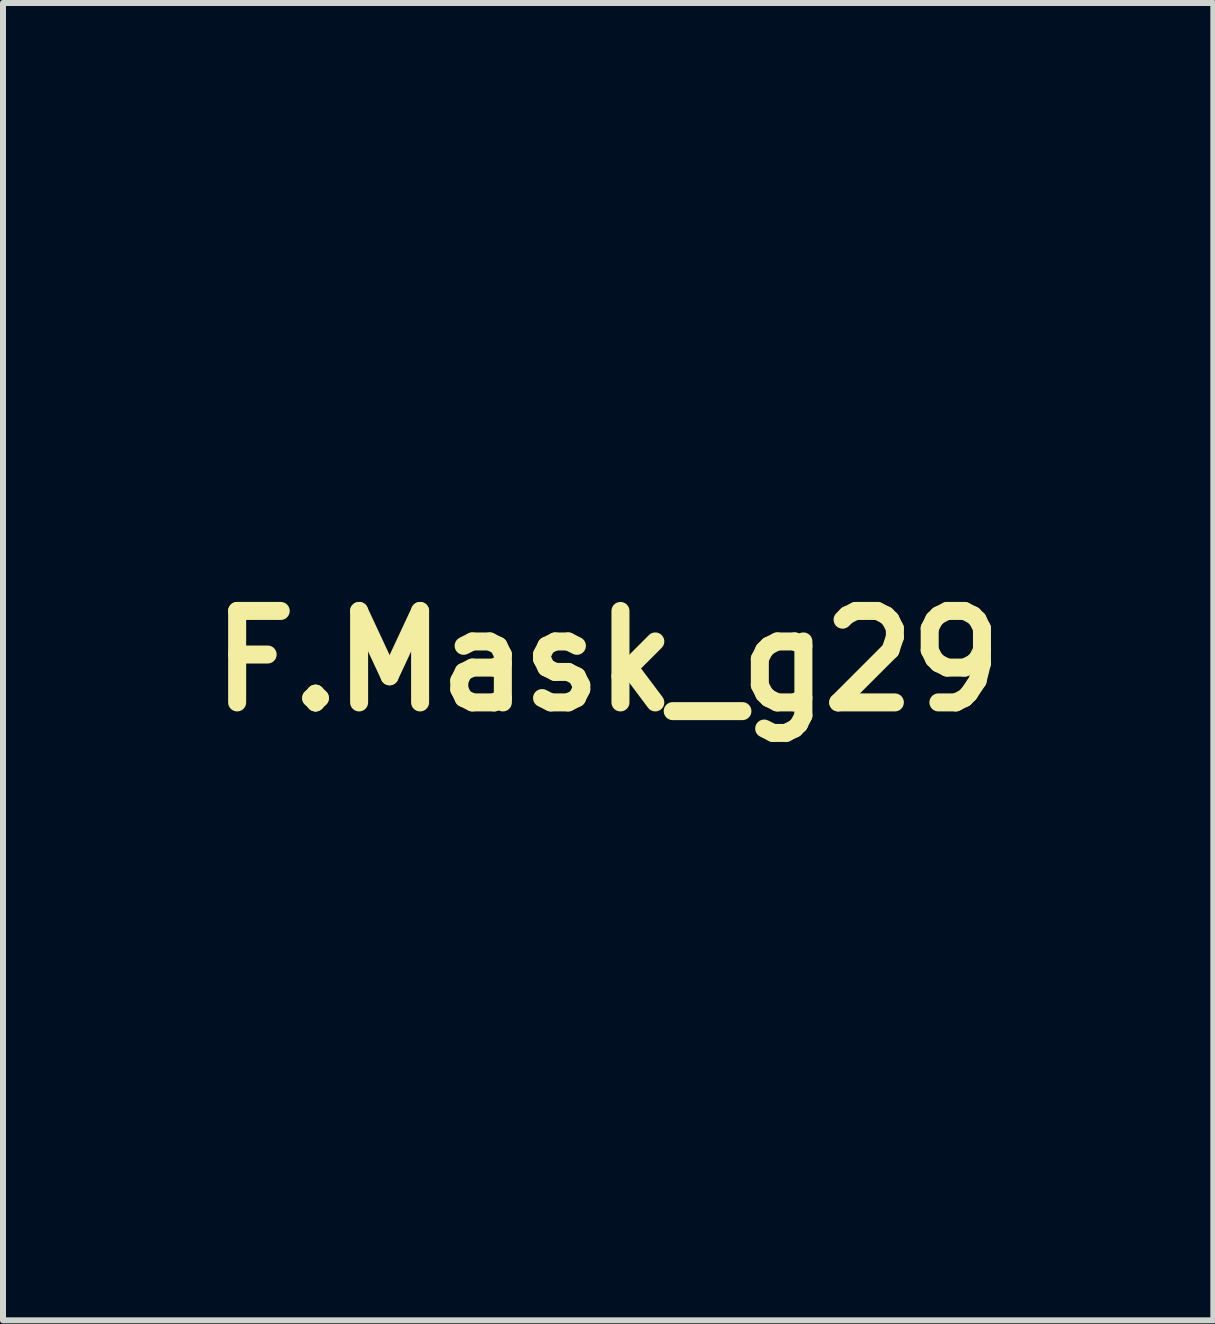
<source format=kicad_pcb>
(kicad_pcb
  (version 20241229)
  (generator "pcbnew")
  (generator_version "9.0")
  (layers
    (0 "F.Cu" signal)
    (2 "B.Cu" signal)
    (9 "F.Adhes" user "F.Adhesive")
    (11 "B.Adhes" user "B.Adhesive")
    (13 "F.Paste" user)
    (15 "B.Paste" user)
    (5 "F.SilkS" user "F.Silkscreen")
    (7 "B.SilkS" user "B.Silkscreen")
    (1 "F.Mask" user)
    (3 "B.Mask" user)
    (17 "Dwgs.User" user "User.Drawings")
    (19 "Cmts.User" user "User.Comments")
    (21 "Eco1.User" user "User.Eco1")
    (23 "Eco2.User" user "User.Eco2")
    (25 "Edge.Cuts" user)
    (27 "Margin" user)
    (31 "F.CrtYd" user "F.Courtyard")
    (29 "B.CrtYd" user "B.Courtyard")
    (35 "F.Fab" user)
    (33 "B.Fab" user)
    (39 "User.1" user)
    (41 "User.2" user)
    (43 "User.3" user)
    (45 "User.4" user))
  (footprint "F.Mask_g29"
    (layer "F.Cu")
    (at 7.07 7.964)
    (property "Reference" "F.Mask_g29" (at 0 0 0) (layer "F.SilkS") (effects (font (size 1.524 1.524) (thickness 0.3))))
    (attr through_hole)
    (fp_poly (pts (xy 1.224 -2.056) (xy 1.277 -2.01) (xy 1.306 -1.947) (xy 1.305 -1.878) (xy 1.281 -1.83) (xy 1.27 -1.807) (xy 1.262 -1.769) (xy 1.256 -1.71) (xy 1.252 -1.625) (xy 1.25 -1.509) (xy 1.25 -1.355) (xy 1.25 -1.354) (xy 1.249 -0.919) (xy 1.361 -0.809) (xy 1.431 -0.746) (xy 1.489 -0.708) (xy 1.52 -0.699) (xy 1.576 -0.68) (xy 1.629 -0.635) (xy 1.665 -0.577) (xy 1.672 -0.54) (xy 1.653 -0.477) (xy 1.606 -0.422) (xy 1.544 -0.387) (xy 1.508 -0.381) (xy 1.447 -0.395) (xy 1.401 -0.424) (xy 1.367 -0.472) (xy 1.355 -0.518) (xy 1.348 -0.539) (xy 1.441 -0.539) (xy 1.46 -0.505) (xy 1.503 -0.487) (xy 1.514 -0.487) (xy 1.554 -0.494) (xy 1.564 -0.521) (xy 1.563 -0.534) (xy 1.54 -0.575) (xy 1.499 -0.591) (xy 1.458 -0.577) (xy 1.455 -0.575) (xy 1.441 -0.539) (xy 1.348 -0.539) (xy 1.342 -0.557) (xy 1.302 -0.609) (xy 1.231 -0.68) (xy 1.206 -0.701) (xy 1.058 -0.834) (xy 1.058 -1.314) (xy 1.058 -1.473) (xy 1.057 -1.595) (xy 1.054 -1.684) (xy 1.049 -1.747) (xy 1.043 -1.787) (xy 1.034 -1.811) (xy 1.027 -1.82) (xy 1.004 -1.859) (xy 0.998 -1.894) (xy 1.094 -1.894) (xy 1.128 -1.866) (xy 1.156 -1.863) (xy 1.195 -1.872) (xy 1.206 -1.908) (xy 1.206 -1.916) (xy 1.198 -1.956) (xy 1.163 -1.968) (xy 1.155 -1.968) (xy 1.113 -1.959) (xy 1.095 -1.942) (xy 1.094 -1.894) (xy 0.998 -1.894) (xy 0.995 -1.915) (xy 0.995 -1.917) (xy 1.014 -1.986) (xy 1.063 -2.041) (xy 1.129 -2.072) (xy 1.154 -2.074) (xy 1.224 -2.056)) (stroke (width 0.01) (type solid)) (fill yes) (layer "F.Mask"))
    (fp_poly (pts (xy 0.802 -2.053) (xy 0.852 -2.011) (xy 0.882 -1.954) (xy 0.886 -1.89) (xy 0.858 -1.83) (xy 0.847 -1.808) (xy 0.839 -1.771) (xy 0.834 -1.715) (xy 0.83 -1.632) (xy 0.828 -1.519) (xy 0.828 -1.37) (xy 0.828 -1.344) (xy 0.83 -0.9) (xy 1.155 -0.587) (xy 1.28 -0.47) (xy 1.378 -0.382) (xy 1.451 -0.321) (xy 1.501 -0.286) (xy 1.531 -0.275) (xy 1.587 -0.257) (xy 1.638 -0.211) (xy 1.668 -0.152) (xy 1.672 -0.124) (xy 1.654 -0.06) (xy 1.606 -0.011) (xy 1.542 0.018) (xy 1.472 0.023) (xy 1.409 -0.000198) (xy 1.39 -0.018) (xy 1.362 -0.066) (xy 1.355 -0.1) (xy 1.339 -0.131) (xy 1.444 -0.131) (xy 1.456 -0.101) (xy 1.46 -0.095) (xy 1.502 -0.069) (xy 1.54 -0.079) (xy 1.562 -0.121) (xy 1.563 -0.122) (xy 1.554 -0.166) (xy 1.521 -0.186) (xy 1.479 -0.174) (xy 1.466 -0.163) (xy 1.444 -0.131) (xy 1.339 -0.131) (xy 1.339 -0.132) (xy 1.291 -0.191) (xy 1.212 -0.276) (xy 1.103 -0.387) (xy 0.995 -0.493) (xy 0.635 -0.842) (xy 0.635 -1.318) (xy 0.635 -1.476) (xy 0.633 -1.597) (xy 0.63 -1.686) (xy 0.626 -1.748) (xy 0.619 -1.788) (xy 0.611 -1.812) (xy 0.603 -1.82) (xy 0.577 -1.866) (xy 0.574 -1.921) (xy 0.665 -1.921) (xy 0.669 -1.897) (xy 0.697 -1.869) (xy 0.736 -1.869) (xy 0.769 -1.893) (xy 0.779 -1.918) (xy 0.769 -1.96) (xy 0.735 -1.981) (xy 0.694 -1.971) (xy 0.683 -1.962) (xy 0.665 -1.921) (xy 0.574 -1.921) (xy 0.573 -1.93) (xy 0.589 -1.994) (xy 0.614 -2.032) (xy 0.675 -2.07) (xy 0.741 -2.075) (xy 0.802 -2.053)) (stroke (width 0.01) (type solid)) (fill yes) (layer "F.Mask"))
    (fp_poly (pts (xy -5.008 -7.948) (xy -4.944 -7.909) (xy -4.941 -7.907) (xy -4.899 -7.849) (xy -4.894 -7.792) (xy -4.914 -7.74) (xy -4.933 -7.703) (xy -4.952 -7.683) (xy -4.984 -7.668) (xy -5.028 -7.653) (xy -5.072 -7.628) (xy -5.14 -7.576) (xy -5.233 -7.496) (xy -5.353 -7.387) (xy -5.495 -7.251) (xy -5.884 -6.876) (xy -5.885 0.392) (xy -6.318 0.804) (xy -6.466 0.947) (xy -6.584 1.064) (xy -6.671 1.155) (xy -6.726 1.219) (xy -6.75 1.256) (xy -6.751 1.261) (xy -6.771 1.316) (xy -6.819 1.364) (xy -6.882 1.393) (xy -6.914 1.397) (xy -6.985 1.378) (xy -7.024 1.348) (xy -7.063 1.281) (xy -7.063 1.265) (xy -6.96 1.265) (xy -6.94 1.3) (xy -6.906 1.308) (xy -6.875 1.283) (xy -6.869 1.249) (xy -6.882 1.207) (xy -6.911 1.188) (xy -6.942 1.196) (xy -6.956 1.216) (xy -6.96 1.265) (xy -7.063 1.265) (xy -7.065 1.211) (xy -7.033 1.148) (xy -6.97 1.101) (xy -6.926 1.086) (xy -6.889 1.068) (xy -6.834 1.029) (xy -6.757 0.965) (xy -6.657 0.876) (xy -6.53 0.758) (xy -6.466 0.698) (xy -6.077 0.328) (xy -6.075 -3.313) (xy -6.073 -6.953) (xy -5.645 -7.361) (xy -5.513 -7.488) (xy -5.408 -7.59) (xy -5.33 -7.67) (xy -5.274 -7.731) (xy -5.238 -7.776) (xy -5.222 -7.803) (xy -5.118 -7.803) (xy -5.106 -7.766) (xy -5.067 -7.75) (xy -5.054 -7.751) (xy -5.011 -7.775) (xy -5 -7.803) (xy -5.009 -7.845) (xy -5.043 -7.865) (xy -5.085 -7.855) (xy -5.097 -7.845) (xy -5.118 -7.803) (xy -5.222 -7.803) (xy -5.219 -7.808) (xy -5.214 -7.826) (xy -5.193 -7.891) (xy -5.143 -7.936) (xy -5.078 -7.955) (xy -5.008 -7.948)) (stroke (width 0.01) (type solid)) (fill yes) (layer "F.Mask"))
    (fp_poly (pts (xy -4.119 -7.94) (xy -4.066 -7.89) (xy -4.043 -7.815) (xy -4.043 -7.803) (xy -4.06 -7.729) (xy -4.112 -7.676) (xy -4.18 -7.65) (xy -4.22 -7.628) (xy -4.288 -7.575) (xy -4.384 -7.492) (xy -4.507 -7.379) (xy -4.641 -7.252) (xy -5.038 -6.869) (xy -5.038 0.397) (xy -5.46 0.803) (xy -5.6 0.939) (xy -5.71 1.049) (xy -5.793 1.135) (xy -5.85 1.2) (xy -5.884 1.246) (xy -5.895 1.271) (xy -5.929 1.34) (xy -5.986 1.383) (xy -6.057 1.396) (xy -6.129 1.376) (xy -6.171 1.345) (xy -6.207 1.298) (xy -6.223 1.255) (xy -6.223 1.253) (xy -6.221 1.247) (xy -6.115 1.247) (xy -6.104 1.284) (xy -6.093 1.294) (xy -6.054 1.31) (xy -6.024 1.295) (xy -6.012 1.281) (xy -5.994 1.237) (xy -6.01 1.201) (xy -6.052 1.188) (xy -6.059 1.189) (xy -6.098 1.21) (xy -6.115 1.247) (xy -6.221 1.247) (xy -6.205 1.194) (xy -6.158 1.137) (xy -6.096 1.097) (xy -6.07 1.089) (xy -6.037 1.074) (xy -5.986 1.039) (xy -5.916 0.981) (xy -5.824 0.899) (xy -5.708 0.79) (xy -5.605 0.692) (xy -5.207 0.31) (xy -5.207 -6.958) (xy -4.784 -7.365) (xy -4.644 -7.5) (xy -4.535 -7.609) (xy -4.454 -7.694) (xy -4.399 -7.757) (xy -4.368 -7.799) (xy -4.363 -7.812) (xy -4.255 -7.812) (xy -4.24 -7.764) (xy -4.206 -7.747) (xy -4.163 -7.764) (xy -4.148 -7.78) (xy -4.132 -7.812) (xy -4.151 -7.843) (xy -4.152 -7.844) (xy -4.193 -7.864) (xy -4.233 -7.854) (xy -4.254 -7.82) (xy -4.255 -7.812) (xy -4.363 -7.812) (xy -4.36 -7.819) (xy -4.341 -7.877) (xy -4.293 -7.926) (xy -4.228 -7.955) (xy -4.195 -7.959) (xy -4.119 -7.94)) (stroke (width 0.01) (type solid)) (fill yes) (layer "F.Mask"))
    (fp_poly (pts (xy -1.447 -0.96) (xy -1.386 -0.929) (xy -1.344 -0.879) (xy -1.333 -0.836) (xy -1.324 -0.81) (xy -1.295 -0.769) (xy -1.243 -0.71) (xy -1.166 -0.631) (xy -1.062 -0.528) (xy -0.974 -0.443) (xy -0.614 -0.099) (xy -0.614 0.385) (xy -0.613 0.523) (xy -0.611 0.645) (xy -0.608 0.746) (xy -0.603 0.821) (xy -0.598 0.862) (xy -0.595 0.868) (xy -0.575 0.885) (xy -0.552 0.927) (xy -0.551 0.929) (xy -0.537 0.983) (xy -0.549 1.033) (xy -0.558 1.054) (xy -0.611 1.117) (xy -0.678 1.144) (xy -0.751 1.134) (xy -0.818 1.089) (xy -0.855 1.041) (xy -0.863 0.993) (xy -0.862 0.986) (xy -0.76 0.986) (xy -0.743 1.019) (xy -0.704 1.034) (xy -0.693 1.033) (xy -0.653 1.012) (xy -0.646 0.985) (xy -0.662 0.948) (xy -0.7 0.933) (xy -0.741 0.945) (xy -0.746 0.949) (xy -0.76 0.986) (xy -0.862 0.986) (xy -0.859 0.968) (xy -0.84 0.91) (xy -0.815 0.868) (xy -0.804 0.848) (xy -0.795 0.814) (xy -0.789 0.76) (xy -0.786 0.68) (xy -0.784 0.569) (xy -0.783 0.422) (xy -0.783 0.411) (xy -0.783 -0.011) (xy -1.12 -0.333) (xy -1.248 -0.454) (xy -1.352 -0.548) (xy -1.431 -0.613) (xy -1.483 -0.649) (xy -1.502 -0.656) (xy -1.555 -0.674) (xy -1.607 -0.718) (xy -1.643 -0.774) (xy -1.651 -0.81) (xy -1.541 -0.81) (xy -1.538 -0.774) (xy -1.508 -0.762) (xy -1.495 -0.762) (xy -1.45 -0.769) (xy -1.43 -0.781) (xy -1.426 -0.816) (xy -1.431 -0.835) (xy -1.459 -0.862) (xy -1.497 -0.862) (xy -1.531 -0.837) (xy -1.541 -0.81) (xy -1.651 -0.81) (xy -1.651 -0.812) (xy -1.632 -0.881) (xy -1.581 -0.936) (xy -1.513 -0.965) (xy -1.447 -0.96)) (stroke (width 0.01) (type solid)) (fill yes) (layer "F.Mask"))
    (fp_poly (pts (xy -4.588 -7.953) (xy -4.525 -7.922) (xy -4.512 -7.91) (xy -4.473 -7.843) (xy -4.472 -7.774) (xy -4.504 -7.711) (xy -4.566 -7.664) (xy -4.609 -7.649) (xy -4.643 -7.629) (xy -4.704 -7.582) (xy -4.789 -7.509) (xy -4.894 -7.414) (xy -5.018 -7.299) (xy -5.064 -7.254) (xy -5.461 -6.874) (xy -5.461 0.393) (xy -5.895 0.812) (xy -6.028 0.942) (xy -6.14 1.054) (xy -6.227 1.145) (xy -6.289 1.214) (xy -6.323 1.258) (xy -6.329 1.272) (xy -6.347 1.33) (xy -6.393 1.372) (xy -6.456 1.393) (xy -6.525 1.39) (xy -6.586 1.361) (xy -6.6 1.348) (xy -6.639 1.281) (xy -6.64 1.249) (xy -6.538 1.249) (xy -6.526 1.286) (xy -6.516 1.294) (xy -6.477 1.311) (xy -6.448 1.295) (xy -6.437 1.283) (xy -6.422 1.241) (xy -6.438 1.204) (xy -6.477 1.189) (xy -6.485 1.19) (xy -6.523 1.211) (xy -6.538 1.249) (xy -6.64 1.249) (xy -6.641 1.212) (xy -6.609 1.15) (xy -6.548 1.104) (xy -6.495 1.086) (xy -6.461 1.072) (xy -6.411 1.036) (xy -6.34 0.978) (xy -6.247 0.895) (xy -6.129 0.785) (xy -6.04 0.701) (xy -5.652 0.328) (xy -5.652 -3.306) (xy -5.652 -6.939) (xy -5.218 -7.358) (xy -5.079 -7.493) (xy -4.969 -7.603) (xy -4.887 -7.688) (xy -4.83 -7.751) (xy -4.796 -7.796) (xy -4.788 -7.813) (xy -4.695 -7.813) (xy -4.68 -7.781) (xy -4.678 -7.779) (xy -4.637 -7.753) (xy -4.598 -7.761) (xy -4.576 -7.802) (xy -4.576 -7.803) (xy -4.586 -7.845) (xy -4.619 -7.865) (xy -4.661 -7.855) (xy -4.674 -7.844) (xy -4.695 -7.813) (xy -4.788 -7.813) (xy -4.784 -7.823) (xy -4.784 -7.826) (xy -4.766 -7.888) (xy -4.719 -7.933) (xy -4.656 -7.955) (xy -4.588 -7.953)) (stroke (width 0.01) (type solid)) (fill yes) (layer "F.Mask"))
    (fp_poly (pts (xy -1.417 -0.534) (xy -1.362 -0.492) (xy -1.335 -0.436) (xy -1.333 -0.421) (xy -1.317 -0.382) (xy -1.269 -0.322) (xy -1.193 -0.246) (xy -1.185 -0.239) (xy -1.037 -0.102) (xy -1.037 0.38) (xy -1.037 0.54) (xy -1.035 0.662) (xy -1.033 0.752) (xy -1.028 0.815) (xy -1.022 0.856) (xy -1.013 0.879) (xy -1.005 0.889) (xy -0.983 0.927) (xy -0.974 0.984) (xy -0.974 0.985) (xy -0.993 1.054) (xy -1.042 1.11) (xy -1.108 1.141) (xy -1.132 1.143) (xy -1.182 1.13) (xy -1.235 1.099) (xy -1.235 1.099) (xy -1.276 1.047) (xy -1.292 0.984) (xy -1.185 0.984) (xy -1.176 1.025) (xy -1.142 1.037) (xy -1.134 1.037) (xy -1.091 1.027) (xy -1.074 1.011) (xy -1.073 0.962) (xy -1.107 0.935) (xy -1.135 0.931) (xy -1.173 0.941) (xy -1.185 0.976) (xy -1.185 0.984) (xy -1.292 0.984) (xy -1.292 0.983) (xy -1.283 0.922) (xy -1.259 0.889) (xy -1.249 0.874) (xy -1.24 0.845) (xy -1.235 0.797) (xy -1.231 0.725) (xy -1.229 0.623) (xy -1.228 0.487) (xy -1.228 0.414) (xy -1.228 -0.034) (xy -1.349 -0.139) (xy -1.409 -0.189) (xy -1.457 -0.227) (xy -1.485 -0.245) (xy -1.486 -0.246) (xy -1.521 -0.25) (xy -1.535 -0.251) (xy -1.584 -0.274) (xy -1.627 -0.323) (xy -1.65 -0.382) (xy -1.651 -0.398) (xy -1.644 -0.423) (xy -1.542 -0.423) (xy -1.538 -0.372) (xy -1.538 -0.37) (xy -1.511 -0.342) (xy -1.496 -0.339) (xy -1.458 -0.354) (xy -1.439 -0.37) (xy -1.424 -0.404) (xy -1.439 -0.434) (xy -1.481 -0.462) (xy -1.519 -0.456) (xy -1.542 -0.423) (xy -1.644 -0.423) (xy -1.632 -0.466) (xy -1.582 -0.519) (xy -1.512 -0.548) (xy -1.486 -0.55) (xy -1.417 -0.534)) (stroke (width 0.01) (type solid)) (fill yes) (layer "F.Mask"))
    (fp_poly (pts (xy -0.903 -2.048) (xy -0.855 -2.005) (xy -0.828 -1.948) (xy -0.83 -1.883) (xy -0.857 -1.83) (xy -0.87 -1.801) (xy -0.879 -1.753) (xy -0.885 -1.679) (xy -0.888 -1.572) (xy -0.888 -1.492) (xy -0.889 -1.194) (xy -0.777 -1.084) (xy -0.665 -0.974) (xy -0.2 -0.974) (xy -0.041 -0.975) (xy 0.081 -0.977) (xy 0.171 -0.98) (xy 0.234 -0.986) (xy 0.276 -0.993) (xy 0.301 -1.003) (xy 0.306 -1.006) (xy 0.359 -1.031) (xy 0.397 -1.037) (xy 0.454 -1.019) (xy 0.507 -0.974) (xy 0.543 -0.915) (xy 0.55 -0.878) (xy 0.532 -0.811) (xy 0.484 -0.759) (xy 0.419 -0.729) (xy 0.347 -0.726) (xy 0.287 -0.752) (xy 0.266 -0.762) (xy 0.23 -0.77) (xy 0.175 -0.776) (xy 0.095 -0.78) (xy -0.015 -0.782) (xy -0.159 -0.783) (xy -0.238 -0.783) (xy -0.723 -0.783) (xy -0.826 -0.877) (xy 0.32 -0.877) (xy 0.338 -0.844) (xy 0.381 -0.826) (xy 0.392 -0.826) (xy 0.432 -0.832) (xy 0.442 -0.86) (xy 0.441 -0.873) (xy 0.418 -0.913) (xy 0.377 -0.93) (xy 0.336 -0.916) (xy 0.334 -0.914) (xy 0.32 -0.877) (xy -0.826 -0.877) (xy -0.901 -0.946) (xy -1.079 -1.11) (xy -1.079 -1.452) (xy -1.08 -1.585) (xy -1.083 -1.682) (xy -1.087 -1.748) (xy -1.095 -1.79) (xy -1.105 -1.814) (xy -1.111 -1.82) (xy -1.139 -1.868) (xy -1.14 -1.917) (xy -1.046 -1.917) (xy -1.044 -1.893) (xy -1.017 -1.868) (xy -0.979 -1.869) (xy -0.946 -1.893) (xy -0.936 -1.918) (xy -0.944 -1.961) (xy -0.976 -1.978) (xy -1.018 -1.963) (xy -1.025 -1.956) (xy -1.046 -1.917) (xy -1.14 -1.917) (xy -1.141 -1.931) (xy -1.12 -1.995) (xy -1.094 -2.028) (xy -1.03 -2.066) (xy -0.964 -2.071) (xy -0.903 -2.048)) (stroke (width 0.01) (type solid)) (fill yes) (layer "F.Mask"))
    (fp_poly (pts (xy -0.306 -0.204) (xy -0.263 -0.181) (xy -0.242 -0.17) (xy -0.207 -0.162) (xy -0.152 -0.157) (xy -0.072 -0.153) (xy 0.038 -0.15) (xy 0.182 -0.149) (xy 0.27 -0.149) (xy 0.762 -0.148) (xy 0.932 0.013) (xy 1.101 0.175) (xy 1.101 0.514) (xy 1.102 0.651) (xy 1.105 0.751) (xy 1.11 0.82) (xy 1.118 0.863) (xy 1.13 0.887) (xy 1.131 0.887) (xy 1.167 0.952) (xy 1.169 1.016) (xy 1.144 1.073) (xy 1.098 1.116) (xy 1.038 1.139) (xy 0.973 1.136) (xy 0.908 1.1) (xy 0.899 1.091) (xy 0.855 1.024) (xy 0.854 0.991) (xy 0.956 0.991) (xy 0.957 1.026) (xy 0.981 1.035) (xy 1.009 1.033) (xy 1.055 1.019) (xy 1.069 0.985) (xy 1.069 0.984) (xy 1.054 0.95) (xy 1.02 0.938) (xy 0.983 0.949) (xy 0.958 0.981) (xy 0.956 0.991) (xy 0.854 0.991) (xy 0.852 0.953) (xy 0.878 0.898) (xy 0.891 0.871) (xy 0.9 0.824) (xy 0.906 0.752) (xy 0.909 0.648) (xy 0.909 0.547) (xy 0.91 0.237) (xy 0.802 0.14) (xy 0.694 0.042) (xy 0.242 0.042) (xy 0.085 0.043) (xy -0.035 0.045) (xy -0.124 0.048) (xy -0.19 0.053) (xy -0.237 0.061) (xy -0.272 0.072) (xy -0.284 0.077) (xy -0.341 0.099) (xy -0.387 0.097) (xy -0.42 0.086) (xy -0.485 0.04) (xy -0.516 -0.025) (xy -0.514 -0.052) (xy -0.422 -0.052) (xy -0.405 -0.018) (xy -0.366 -0.003) (xy -0.355 -0.004) (xy -0.315 -0.025) (xy -0.307 -0.053) (xy -0.324 -0.089) (xy -0.362 -0.104) (xy -0.402 -0.093) (xy -0.407 -0.088) (xy -0.422 -0.052) (xy -0.514 -0.052) (xy -0.51 -0.099) (xy -0.5 -0.122) (xy -0.448 -0.184) (xy -0.38 -0.212) (xy -0.306 -0.204)) (stroke (width 0.01) (type solid)) (fill yes) (layer "F.Mask"))
    (fp_poly (pts (xy -1.338 -2.05) (xy -1.288 -2.007) (xy -1.257 -1.951) (xy -1.253 -1.888) (xy -1.28 -1.83) (xy -1.293 -1.802) (xy -1.302 -1.754) (xy -1.308 -1.68) (xy -1.311 -1.575) (xy -1.312 -1.487) (xy -1.312 -1.186) (xy -0.99 -0.869) (xy -0.667 -0.552) (xy 0.773 -0.549) (xy 1.149 -0.185) (xy 1.526 0.18) (xy 1.525 0.524) (xy 1.526 0.639) (xy 1.528 0.738) (xy 1.532 0.813) (xy 1.538 0.858) (xy 1.542 0.868) (xy 1.563 0.886) (xy 1.586 0.927) (xy 1.604 0.977) (xy 1.609 1.007) (xy 1.595 1.043) (xy 1.56 1.087) (xy 1.557 1.091) (xy 1.487 1.133) (xy 1.408 1.14) (xy 1.348 1.119) (xy 1.301 1.07) (xy 1.281 1) (xy 1.283 0.986) (xy 1.378 0.986) (xy 1.395 1.019) (xy 1.433 1.034) (xy 1.445 1.033) (xy 1.484 1.012) (xy 1.492 0.985) (xy 1.475 0.948) (xy 1.437 0.933) (xy 1.397 0.945) (xy 1.392 0.949) (xy 1.378 0.986) (xy 1.283 0.986) (xy 1.293 0.927) (xy 1.316 0.885) (xy 1.336 0.868) (xy 1.336 0.868) (xy 1.343 0.848) (xy 1.348 0.793) (xy 1.352 0.711) (xy 1.354 0.609) (xy 1.355 0.563) (xy 1.355 0.259) (xy 0.682 -0.381) (xy -0.745 -0.381) (xy -1.501 -1.111) (xy -1.502 -1.448) (xy -1.503 -1.585) (xy -1.507 -1.685) (xy -1.512 -1.753) (xy -1.521 -1.796) (xy -1.533 -1.819) (xy -1.568 -1.886) (xy -1.567 -1.918) (xy -1.477 -1.918) (xy -1.465 -1.882) (xy -1.426 -1.866) (xy -1.413 -1.866) (xy -1.37 -1.89) (xy -1.359 -1.918) (xy -1.368 -1.961) (xy -1.402 -1.98) (xy -1.444 -1.971) (xy -1.457 -1.96) (xy -1.477 -1.918) (xy -1.567 -1.918) (xy -1.566 -1.961) (xy -1.528 -2.028) (xy -1.524 -2.032) (xy -1.464 -2.069) (xy -1.399 -2.073) (xy -1.338 -2.05)) (stroke (width 0.01) (type solid)) (fill yes) (layer "F.Mask"))
    (fp_poly (pts (xy -4.101 0.577) (xy -4.08 0.596) (xy -4.045 0.665) (xy -4.046 0.735) (xy -4.08 0.797) (xy -4.143 0.837) (xy -4.164 0.843) (xy -4.197 0.859) (xy -4.25 0.896) (xy -4.324 0.958) (xy -4.421 1.045) (xy -4.544 1.16) (xy -4.633 1.246) (xy -5.038 1.634) (xy -5.038 5.516) (xy -4.515 6.032) (xy -1.224 6.032) (xy -0.802 6.439) (xy -0.662 6.573) (xy -0.548 6.679) (xy -0.459 6.757) (xy -0.393 6.811) (xy -0.348 6.842) (xy -0.322 6.852) (xy -0.253 6.877) (xy -0.21 6.924) (xy -0.192 6.984) (xy -0.199 7.047) (xy -0.23 7.103) (xy -0.284 7.142) (xy -0.349 7.154) (xy -0.425 7.139) (xy -0.466 7.112) (xy -0.498 7.064) (xy -0.508 7.022) (xy -0.519 6.996) (xy -0.527 6.985) (xy -0.399 6.985) (xy -0.395 7.036) (xy -0.395 7.038) (xy -0.368 7.066) (xy -0.353 7.07) (xy -0.315 7.055) (xy -0.296 7.038) (xy -0.281 7.004) (xy -0.296 6.974) (xy -0.338 6.946) (xy -0.376 6.953) (xy -0.399 6.985) (xy -0.527 6.985) (xy -0.553 6.951) (xy -0.611 6.885) (xy -0.696 6.797) (xy -0.81 6.684) (xy -0.909 6.588) (xy -1.309 6.202) (xy -2.956 6.201) (xy -4.604 6.2) (xy -4.905 5.906) (xy -5.207 5.611) (xy -5.205 3.573) (xy -5.203 1.535) (xy -4.782 1.133) (xy -4.644 1.001) (xy -4.537 0.895) (xy -4.457 0.812) (xy -4.402 0.751) (xy -4.37 0.709) (xy -4.36 0.683) (xy -4.36 0.683) (xy -4.359 0.677) (xy -4.251 0.677) (xy -4.248 0.728) (xy -4.247 0.73) (xy -4.22 0.758) (xy -4.205 0.762) (xy -4.167 0.747) (xy -4.149 0.73) (xy -4.133 0.696) (xy -4.149 0.667) (xy -4.19 0.639) (xy -4.228 0.645) (xy -4.251 0.677) (xy -4.359 0.677) (xy -4.342 0.62) (xy -4.296 0.574) (xy -4.232 0.55) (xy -4.163 0.549) (xy -4.101 0.577)) (stroke (width 0.01) (type solid)) (fill yes) (layer "F.Mask"))
    (fp_poly (pts (xy -0.136 -6.77) (xy 0.106 -6.534) (xy 0.106 -5.505) (xy 0.106 -4.477) (xy 0.51 -4.09) (xy 0.654 -3.955) (xy 0.769 -3.849) (xy 0.858 -3.773) (xy 0.92 -3.725) (xy 0.956 -3.705) (xy 0.962 -3.704) (xy 1.016 -3.686) (xy 1.066 -3.64) (xy 1.096 -3.583) (xy 1.1 -3.555) (xy 1.08 -3.485) (xy 1.03 -3.431) (xy 0.961 -3.402) (xy 0.9 -3.403) (xy 0.836 -3.433) (xy 0.794 -3.483) (xy 0.783 -3.526) (xy 0.773 -3.551) (xy 0.766 -3.56) (xy 0.873 -3.56) (xy 0.885 -3.53) (xy 0.889 -3.524) (xy 0.93 -3.498) (xy 0.969 -3.508) (xy 0.991 -3.55) (xy 0.991 -3.551) (xy 0.982 -3.595) (xy 0.95 -3.615) (xy 0.907 -3.603) (xy 0.894 -3.592) (xy 0.873 -3.56) (xy 0.766 -3.56) (xy 0.741 -3.594) (xy 0.686 -3.656) (xy 0.605 -3.741) (xy 0.497 -3.849) (xy 0.36 -3.983) (xy 0.349 -3.993) (xy -0.085 -4.412) (xy -0.085 -6.472) (xy -0.266 -6.644) (xy -0.447 -6.816) (xy -3.813 -6.816) (xy -4.214 -6.429) (xy -4.352 -6.294) (xy -4.46 -6.185) (xy -4.539 -6.102) (xy -4.589 -6.042) (xy -4.612 -6.005) (xy -4.614 -5.997) (xy -4.633 -5.948) (xy -4.678 -5.902) (xy -4.737 -5.87) (xy -4.777 -5.863) (xy -4.835 -5.881) (xy -4.889 -5.926) (xy -4.925 -5.983) (xy -4.932 -6.019) (xy -4.931 -6.022) (xy -4.826 -6.022) (xy -4.817 -5.981) (xy -4.783 -5.969) (xy -4.775 -5.969) (xy -4.731 -5.982) (xy -4.712 -6.003) (xy -4.708 -6.048) (xy -4.741 -6.071) (xy -4.774 -6.075) (xy -4.814 -6.066) (xy -4.826 -6.031) (xy -4.826 -6.022) (xy -4.931 -6.022) (xy -4.912 -6.088) (xy -4.861 -6.145) (xy -4.79 -6.177) (xy -4.758 -6.191) (xy -4.709 -6.226) (xy -4.64 -6.282) (xy -4.55 -6.362) (xy -4.435 -6.468) (xy -4.298 -6.599) (xy -3.873 -7.006) (xy -0.378 -7.006) (xy -0.136 -6.77)) (stroke (width 0.01) (type solid)) (fill yes) (layer "F.Mask"))
    (fp_poly (pts (xy 1.282 -4.661) (xy 1.332 -4.62) (xy 1.37 -4.569) (xy 1.381 -4.533) (xy 1.396 -4.503) (xy 1.439 -4.45) (xy 1.51 -4.373) (xy 1.611 -4.27) (xy 1.742 -4.141) (xy 1.791 -4.094) (xy 2.197 -3.704) (xy 3.485 -3.704) (xy 4.774 -3.704) (xy 5.249 -3.227) (xy 5.251 -0.349) (xy 5.253 2.529) (xy 5.643 2.9) (xy 5.78 3.029) (xy 5.89 3.129) (xy 5.976 3.203) (xy 6.039 3.252) (xy 6.083 3.279) (xy 6.098 3.284) (xy 6.176 3.315) (xy 6.219 3.37) (xy 6.231 3.442) (xy 6.214 3.517) (xy 6.168 3.57) (xy 6.105 3.596) (xy 6.035 3.591) (xy 5.972 3.554) (xy 5.933 3.502) (xy 5.913 3.453) (xy 5.907 3.441) (xy 6.013 3.441) (xy 6.03 3.474) (xy 6.069 3.489) (xy 6.08 3.489) (xy 6.12 3.468) (xy 6.128 3.44) (xy 6.111 3.404) (xy 6.073 3.388) (xy 6.032 3.4) (xy 6.027 3.404) (xy 6.013 3.441) (xy 5.907 3.441) (xy 5.896 3.42) (xy 5.852 3.366) (xy 5.78 3.288) (xy 5.679 3.186) (xy 5.548 3.058) (xy 5.481 2.994) (xy 5.06 2.593) (xy 5.059 -0.285) (xy 5.059 -3.164) (xy 4.874 -3.349) (xy 4.689 -3.535) (xy 2.112 -3.535) (xy 1.683 -3.948) (xy 1.533 -4.09) (xy 1.412 -4.202) (xy 1.319 -4.284) (xy 1.253 -4.336) (xy 1.214 -4.359) (xy 1.208 -4.36) (xy 1.145 -4.379) (xy 1.095 -4.428) (xy 1.066 -4.494) (xy 1.066 -4.51) (xy 1.166 -4.51) (xy 1.178 -4.473) (xy 1.189 -4.464) (xy 1.228 -4.447) (xy 1.258 -4.463) (xy 1.27 -4.476) (xy 1.287 -4.521) (xy 1.271 -4.556) (xy 1.229 -4.569) (xy 1.223 -4.568) (xy 1.183 -4.547) (xy 1.166 -4.51) (xy 1.066 -4.51) (xy 1.066 -4.565) (xy 1.071 -4.582) (xy 1.101 -4.617) (xy 1.154 -4.651) (xy 1.21 -4.674) (xy 1.236 -4.678) (xy 1.282 -4.661)) (stroke (width 0.01) (type solid)) (fill yes) (layer "F.Mask"))
    (fp_poly (pts (xy 4.28 2.747) (xy 4.334 2.788) (xy 4.372 2.839) (xy 4.381 2.876) (xy 4.397 2.904) (xy 4.442 2.959) (xy 4.516 3.038) (xy 4.617 3.141) (xy 4.743 3.265) (xy 4.815 3.336) (xy 5.249 3.754) (xy 5.249 5.6) (xy 4.618 6.202) (xy -0.032 6.2) (xy -0.455 5.789) (xy -0.597 5.653) (xy -0.715 5.543) (xy -0.809 5.46) (xy -0.876 5.405) (xy -0.916 5.379) (xy -0.923 5.377) (xy -0.971 5.364) (xy -1.023 5.333) (xy -1.024 5.332) (xy -1.068 5.275) (xy -1.075 5.23) (xy -0.971 5.23) (xy -0.958 5.266) (xy -0.95 5.272) (xy -0.915 5.276) (xy -0.874 5.263) (xy -0.849 5.24) (xy -0.847 5.233) (xy -0.865 5.19) (xy -0.905 5.168) (xy -0.923 5.168) (xy -0.958 5.191) (xy -0.971 5.23) (xy -1.075 5.23) (xy -1.078 5.21) (xy -1.057 5.146) (xy -1.008 5.095) (xy -0.942 5.068) (xy -0.876 5.072) (xy -0.815 5.104) (xy -0.773 5.153) (xy -0.762 5.196) (xy -0.753 5.221) (xy -0.723 5.261) (xy -0.671 5.321) (xy -0.595 5.4) (xy -0.491 5.503) (xy -0.359 5.632) (xy -0.352 5.639) (xy 0.058 6.032) (xy 4.533 6.032) (xy 5.057 5.535) (xy 5.058 4.678) (xy 5.059 3.821) (xy 4.656 3.434) (xy 4.544 3.328) (xy 4.441 3.233) (xy 4.353 3.155) (xy 4.283 3.095) (xy 4.235 3.058) (xy 4.215 3.048) (xy 4.171 3.035) (xy 4.121 3.005) (xy 4.12 3.004) (xy 4.076 2.947) (xy 4.071 2.915) (xy 4.158 2.915) (xy 4.19 2.938) (xy 4.225 2.942) (xy 4.264 2.935) (xy 4.273 2.906) (xy 4.272 2.895) (xy 4.251 2.856) (xy 4.214 2.839) (xy 4.178 2.848) (xy 4.162 2.869) (xy 4.158 2.915) (xy 4.071 2.915) (xy 4.065 2.881) (xy 4.084 2.817) (xy 4.128 2.764) (xy 4.193 2.734) (xy 4.227 2.731) (xy 4.28 2.747)) (stroke (width 0.01) (type solid)) (fill yes) (layer "F.Mask"))
    (fp_poly (pts (xy 4.713 2.747) (xy 4.768 2.79) (xy 4.801 2.846) (xy 4.805 2.871) (xy 4.821 2.901) (xy 4.868 2.958) (xy 4.946 3.042) (xy 5.054 3.152) (xy 5.192 3.288) (xy 5.239 3.332) (xy 5.673 3.75) (xy 5.673 5.603) (xy 4.607 6.625) (xy -0.014 6.625) (xy -0.443 6.215) (xy -0.582 6.083) (xy -0.695 5.979) (xy -0.784 5.9) (xy -0.853 5.843) (xy -0.905 5.805) (xy -0.944 5.784) (xy -0.955 5.78) (xy -1.03 5.743) (xy -1.071 5.685) (xy -1.079 5.625) (xy -1.075 5.609) (xy -0.971 5.609) (xy -0.967 5.66) (xy -0.966 5.662) (xy -0.939 5.69) (xy -0.924 5.694) (xy -0.886 5.679) (xy -0.868 5.662) (xy -0.852 5.628) (xy -0.868 5.599) (xy -0.909 5.571) (xy -0.948 5.577) (xy -0.971 5.609) (xy -1.075 5.609) (xy -1.061 5.563) (xy -1.013 5.516) (xy -0.948 5.488) (xy -0.877 5.485) (xy -0.817 5.51) (xy -0.786 5.55) (xy -0.765 5.602) (xy -0.752 5.632) (xy -0.721 5.676) (xy -0.668 5.736) (xy -0.592 5.815) (xy -0.491 5.917) (xy -0.36 6.043) (xy -0.351 6.051) (xy 0.048 6.435) (xy 4.542 6.435) (xy 5.012 5.986) (xy 5.482 5.538) (xy 5.482 3.816) (xy 5.082 3.432) (xy 4.957 3.314) (xy 4.849 3.214) (xy 4.76 3.136) (xy 4.693 3.081) (xy 4.651 3.052) (xy 4.64 3.048) (xy 4.595 3.035) (xy 4.544 3.005) (xy 4.543 3.004) (xy 4.499 2.947) (xy 4.491 2.899) (xy 4.594 2.899) (xy 4.606 2.937) (xy 4.62 2.948) (xy 4.671 2.947) (xy 4.706 2.913) (xy 4.707 2.909) (xy 4.703 2.871) (xy 4.673 2.838) (xy 4.634 2.827) (xy 4.624 2.829) (xy 4.601 2.856) (xy 4.594 2.899) (xy 4.491 2.899) (xy 4.488 2.881) (xy 4.506 2.816) (xy 4.55 2.764) (xy 4.616 2.734) (xy 4.649 2.731) (xy 4.713 2.747)) (stroke (width 0.01) (type solid)) (fill yes) (layer "F.Mask"))
    (fp_poly (pts (xy 5.127 2.747) (xy 5.184 2.788) (xy 5.224 2.84) (xy 5.234 2.873) (xy 5.251 2.904) (xy 5.3 2.963) (xy 5.381 3.049) (xy 5.493 3.161) (xy 5.636 3.3) (xy 5.665 3.328) (xy 6.093 3.736) (xy 6.094 4.67) (xy 6.096 5.605) (xy 5.36 6.315) (xy 4.625 7.025) (xy 2.297 7.025) (xy -0.032 7.026) (xy -0.455 6.614) (xy -0.598 6.477) (xy -0.714 6.368) (xy -0.804 6.288) (xy -0.869 6.235) (xy -0.911 6.208) (xy -0.927 6.203) (xy -0.984 6.184) (xy -1.037 6.138) (xy -1.072 6.079) (xy -1.078 6.048) (xy -0.97 6.048) (xy -0.967 6.084) (xy -0.936 6.096) (xy -0.923 6.096) (xy -0.879 6.089) (xy -0.858 6.077) (xy -0.855 6.042) (xy -0.86 6.023) (xy -0.887 5.996) (xy -0.926 5.996) (xy -0.959 6.021) (xy -0.97 6.048) (xy -1.078 6.048) (xy -1.079 6.043) (xy -1.062 5.983) (xy -1.017 5.928) (xy -0.96 5.892) (xy -0.925 5.884) (xy -0.864 5.9) (xy -0.808 5.938) (xy -0.77 5.987) (xy -0.762 6.02) (xy -0.752 6.046) (xy -0.72 6.089) (xy -0.665 6.151) (xy -0.584 6.235) (xy -0.475 6.344) (xy -0.351 6.463) (xy 0.059 6.858) (xy 2.3 6.857) (xy 4.54 6.856) (xy 5.905 5.539) (xy 5.905 3.814) (xy 5.513 3.436) (xy 5.376 3.307) (xy 5.267 3.206) (xy 5.182 3.131) (xy 5.118 3.081) (xy 5.073 3.052) (xy 5.053 3.044) (xy 4.98 3.011) (xy 4.929 2.954) (xy 4.912 2.891) (xy 5.018 2.891) (xy 5.035 2.924) (xy 5.074 2.939) (xy 5.085 2.938) (xy 5.125 2.917) (xy 5.133 2.89) (xy 5.116 2.853) (xy 5.078 2.838) (xy 5.038 2.85) (xy 5.033 2.854) (xy 5.018 2.891) (xy 4.912 2.891) (xy 4.911 2.886) (xy 4.929 2.828) (xy 4.974 2.774) (xy 5.032 2.738) (xy 5.067 2.731) (xy 5.127 2.747)) (stroke (width 0.01) (type solid)) (fill yes) (layer "F.Mask"))
    (fp_poly (pts (xy -4.587 0.556) (xy -4.524 0.588) (xy -4.512 0.599) (xy -4.479 0.651) (xy -4.466 0.701) (xy -4.485 0.76) (xy -4.531 0.813) (xy -4.592 0.846) (xy -4.609 0.85) (xy -4.638 0.866) (xy -4.692 0.909) (xy -4.768 0.973) (xy -4.861 1.056) (xy -4.967 1.154) (xy -5.057 1.238) (xy -5.458 1.619) (xy -5.46 5.535) (xy -4.989 5.984) (xy -4.519 6.433) (xy -2.879 6.434) (xy -1.238 6.436) (xy -0.807 6.848) (xy -0.656 6.99) (xy -0.534 7.102) (xy -0.44 7.184) (xy -0.374 7.236) (xy -0.335 7.259) (xy -0.329 7.26) (xy -0.266 7.278) (xy -0.221 7.324) (xy -0.197 7.387) (xy -0.198 7.454) (xy -0.227 7.515) (xy -0.246 7.534) (xy -0.321 7.572) (xy -0.392 7.568) (xy -0.456 7.526) (xy -0.493 7.476) (xy -0.509 7.43) (xy -0.401 7.43) (xy -0.388 7.458) (xy -0.349 7.472) (xy -0.306 7.459) (xy -0.287 7.435) (xy -0.29 7.396) (xy -0.32 7.365) (xy -0.362 7.356) (xy -0.372 7.359) (xy -0.397 7.387) (xy -0.401 7.43) (xy -0.509 7.43) (xy -0.51 7.427) (xy -0.51 7.425) (xy -0.523 7.397) (xy -0.56 7.349) (xy -0.624 7.279) (xy -0.715 7.186) (xy -0.837 7.068) (xy -0.907 7.001) (xy -1.301 6.625) (xy -2.942 6.625) (xy -4.583 6.624) (xy -5.117 6.112) (xy -5.652 5.6) (xy -5.651 3.578) (xy -5.651 1.556) (xy -5.218 1.143) (xy -5.077 1.008) (xy -4.966 0.898) (xy -4.883 0.813) (xy -4.826 0.75) (xy -4.794 0.707) (xy -4.789 0.695) (xy -4.698 0.695) (xy -4.688 0.716) (xy -4.67 0.73) (xy -4.622 0.749) (xy -4.586 0.735) (xy -4.572 0.696) (xy -4.587 0.655) (xy -4.624 0.641) (xy -4.667 0.659) (xy -4.674 0.665) (xy -4.698 0.695) (xy -4.789 0.695) (xy -4.784 0.683) (xy -4.766 0.62) (xy -4.719 0.576) (xy -4.655 0.554) (xy -4.587 0.556)) (stroke (width 0.01) (type solid)) (fill yes) (layer "F.Mask"))
    (fp_poly (pts (xy 1.289 -5.065) (xy 1.344 -5.027) (xy 1.376 -4.977) (xy 1.378 -4.964) (xy 1.383 -4.923) (xy 1.384 -4.913) (xy 1.399 -4.894) (xy 1.441 -4.85) (xy 1.506 -4.785) (xy 1.589 -4.703) (xy 1.686 -4.608) (xy 1.786 -4.511) (xy 2.186 -4.128) (xy 3.469 -4.127) (xy 4.752 -4.127) (xy 5.212 -3.688) (xy 5.671 -3.249) (xy 5.672 -0.367) (xy 5.673 2.515) (xy 6.066 2.893) (xy 6.203 3.023) (xy 6.313 3.124) (xy 6.399 3.199) (xy 6.463 3.25) (xy 6.508 3.278) (xy 6.526 3.284) (xy 6.601 3.317) (xy 6.649 3.372) (xy 6.664 3.439) (xy 6.645 3.508) (xy 6.616 3.546) (xy 6.548 3.59) (xy 6.476 3.592) (xy 6.406 3.554) (xy 6.367 3.511) (xy 6.35 3.465) (xy 6.35 3.464) (xy 6.34 3.441) (xy 6.436 3.441) (xy 6.453 3.474) (xy 6.492 3.489) (xy 6.503 3.489) (xy 6.543 3.468) (xy 6.551 3.44) (xy 6.534 3.404) (xy 6.496 3.388) (xy 6.456 3.4) (xy 6.451 3.404) (xy 6.436 3.441) (xy 6.34 3.441) (xy 6.339 3.438) (xy 6.304 3.392) (xy 6.244 3.325) (xy 6.157 3.235) (xy 6.042 3.12) (xy 5.916 2.998) (xy 5.482 2.579) (xy 5.478 -3.186) (xy 5.084 -3.561) (xy 4.69 -3.937) (xy 2.125 -3.937) (xy 1.694 -4.348) (xy 1.539 -4.494) (xy 1.413 -4.609) (xy 1.315 -4.694) (xy 1.246 -4.747) (xy 1.206 -4.77) (xy 1.204 -4.77) (xy 1.132 -4.801) (xy 1.08 -4.854) (xy 1.061 -4.909) (xy 1.165 -4.909) (xy 1.178 -4.882) (xy 1.218 -4.868) (xy 1.26 -4.881) (xy 1.279 -4.904) (xy 1.277 -4.947) (xy 1.248 -4.979) (xy 1.205 -4.985) (xy 1.2 -4.983) (xy 1.171 -4.953) (xy 1.165 -4.909) (xy 1.061 -4.909) (xy 1.058 -4.918) (xy 1.058 -4.922) (xy 1.077 -4.985) (xy 1.125 -5.04) (xy 1.189 -5.074) (xy 1.227 -5.08) (xy 1.289 -5.065)) (stroke (width 0.01) (type solid)) (fill yes) (layer "F.Mask"))
    (fp_poly (pts (xy 0.525 -6.551) (xy 0.528 -5.514) (xy 0.531 -4.477) (xy 0.933 -4.096) (xy 1.07 -3.966) (xy 1.181 -3.865) (xy 1.267 -3.79) (xy 1.332 -3.739) (xy 1.378 -3.71) (xy 1.402 -3.701) (xy 1.475 -3.668) (xy 1.516 -3.61) (xy 1.524 -3.561) (xy 1.506 -3.483) (xy 1.459 -3.429) (xy 1.391 -3.404) (xy 1.311 -3.414) (xy 1.298 -3.418) (xy 1.236 -3.461) (xy 1.209 -3.524) (xy 1.208 -3.539) (xy 1.313 -3.539) (xy 1.326 -3.507) (xy 1.365 -3.493) (xy 1.408 -3.513) (xy 1.415 -3.521) (xy 1.424 -3.558) (xy 1.406 -3.595) (xy 1.371 -3.615) (xy 1.347 -3.613) (xy 1.319 -3.583) (xy 1.313 -3.539) (xy 1.208 -3.539) (xy 1.206 -3.556) (xy 1.191 -3.593) (xy 1.153 -3.638) (xy 1.138 -3.652) (xy 1.103 -3.683) (xy 1.043 -3.739) (xy 0.964 -3.814) (xy 0.87 -3.904) (xy 0.767 -4.004) (xy 0.706 -4.063) (xy 0.342 -4.417) (xy 0.343 -5.442) (xy 0.344 -6.466) (xy -0.455 -7.238) (xy -2.127 -7.238) (xy -3.799 -7.238) (xy -4.199 -6.852) (xy -4.336 -6.718) (xy -4.444 -6.61) (xy -4.524 -6.525) (xy -4.58 -6.46) (xy -4.612 -6.414) (xy -4.622 -6.393) (xy -4.662 -6.324) (xy -4.719 -6.285) (xy -4.784 -6.276) (xy -4.848 -6.293) (xy -4.899 -6.336) (xy -4.928 -6.402) (xy -4.932 -6.44) (xy -4.927 -6.456) (xy -4.823 -6.456) (xy -4.819 -6.405) (xy -4.818 -6.403) (xy -4.792 -6.375) (xy -4.776 -6.371) (xy -4.739 -6.386) (xy -4.72 -6.403) (xy -4.704 -6.437) (xy -4.72 -6.466) (xy -4.762 -6.494) (xy -4.8 -6.488) (xy -4.823 -6.456) (xy -4.927 -6.456) (xy -4.914 -6.501) (xy -4.868 -6.553) (xy -4.81 -6.581) (xy -4.793 -6.583) (xy -4.768 -6.59) (xy -4.729 -6.615) (xy -4.674 -6.659) (xy -4.599 -6.724) (xy -4.502 -6.814) (xy -4.379 -6.931) (xy -4.312 -6.995) (xy -3.884 -7.407) (xy -2.127 -7.408) (xy -0.37 -7.408) (xy 0.525 -6.551)) (stroke (width 0.01) (type solid)) (fill yes) (layer "F.Mask"))
    (fp_poly (pts (xy 1.962 1.533) (xy 1.988 1.559) (xy 2.027 1.633) (xy 2.024 1.705) (xy 2.001 1.747) (xy 1.993 1.764) (xy 1.986 1.793) (xy 1.981 1.839) (xy 1.976 1.904) (xy 1.973 1.994) (xy 1.971 2.112) (xy 1.97 2.262) (xy 1.969 2.448) (xy 1.969 2.562) (xy 1.968 3.335) (xy 2.08 3.446) (xy 2.192 3.556) (xy 2.996 3.555) (xy 3.207 3.555) (xy 3.38 3.554) (xy 3.518 3.552) (xy 3.626 3.55) (xy 3.707 3.547) (xy 3.765 3.542) (xy 3.805 3.537) (xy 3.83 3.53) (xy 3.841 3.524) (xy 3.91 3.495) (xy 3.986 3.502) (xy 4.054 3.544) (xy 4.054 3.544) (xy 4.099 3.613) (xy 4.104 3.681) (xy 4.07 3.743) (xy 4.02 3.779) (xy 3.955 3.806) (xy 3.905 3.804) (xy 3.862 3.779) (xy 3.845 3.771) (xy 3.817 3.764) (xy 3.774 3.759) (xy 3.71 3.755) (xy 3.624 3.752) (xy 3.51 3.75) (xy 3.365 3.748) (xy 3.185 3.748) (xy 2.978 3.747) (xy 2.135 3.747) (xy 2.028 3.648) (xy 3.878 3.648) (xy 3.89 3.685) (xy 3.929 3.701) (xy 3.942 3.7) (xy 3.985 3.677) (xy 3.996 3.649) (xy 3.987 3.606) (xy 3.953 3.587) (xy 3.911 3.596) (xy 3.899 3.606) (xy 3.878 3.648) (xy 2.028 3.648) (xy 1.956 3.582) (xy 1.778 3.418) (xy 1.778 2.601) (xy 1.778 2.389) (xy 1.777 2.217) (xy 1.776 2.078) (xy 1.774 1.971) (xy 1.771 1.89) (xy 1.767 1.832) (xy 1.762 1.793) (xy 1.755 1.77) (xy 1.747 1.757) (xy 1.746 1.757) (xy 1.72 1.711) (xy 1.717 1.657) (xy 1.808 1.657) (xy 1.812 1.68) (xy 1.84 1.708) (xy 1.879 1.708) (xy 1.912 1.684) (xy 1.922 1.659) (xy 1.912 1.617) (xy 1.878 1.597) (xy 1.837 1.606) (xy 1.826 1.615) (xy 1.808 1.657) (xy 1.717 1.657) (xy 1.716 1.647) (xy 1.732 1.583) (xy 1.757 1.545) (xy 1.821 1.508) (xy 1.894 1.504) (xy 1.962 1.533)) (stroke (width 0.01) (type solid)) (fill yes) (layer "F.Mask"))
    (fp_poly (pts (xy 0.951 -6.551) (xy 0.952 -5.521) (xy 0.953 -4.491) (xy 1.356 -4.103) (xy 1.502 -3.964) (xy 1.62 -3.856) (xy 1.711 -3.776) (xy 1.777 -3.726) (xy 1.817 -3.703) (xy 1.821 -3.702) (xy 1.896 -3.675) (xy 1.935 -3.629) (xy 1.947 -3.557) (xy 1.93 -3.478) (xy 1.883 -3.424) (xy 1.814 -3.4) (xy 1.737 -3.412) (xy 1.672 -3.454) (xy 1.635 -3.515) (xy 1.631 -3.546) (xy 1.614 -3.576) (xy 1.613 -3.577) (xy 1.739 -3.577) (xy 1.743 -3.526) (xy 1.743 -3.524) (xy 1.77 -3.496) (xy 1.785 -3.493) (xy 1.823 -3.507) (xy 1.841 -3.524) (xy 1.857 -3.558) (xy 1.841 -3.588) (xy 1.8 -3.616) (xy 1.762 -3.61) (xy 1.739 -3.577) (xy 1.613 -3.577) (xy 1.567 -3.633) (xy 1.489 -3.715) (xy 1.382 -3.823) (xy 1.246 -3.955) (xy 1.208 -3.991) (xy 0.786 -4.392) (xy 0.785 -5.42) (xy 0.783 -6.449) (xy 0.513 -6.713) (xy 0.411 -6.813) (xy 0.288 -6.932) (xy 0.155 -7.061) (xy 0.023 -7.189) (xy -0.1 -7.307) (xy -0.102 -7.309) (xy -0.447 -7.641) (xy -2.127 -7.641) (xy -3.807 -7.641) (xy -4.205 -7.258) (xy -4.347 -7.12) (xy -4.459 -7.007) (xy -4.541 -6.92) (xy -4.591 -6.859) (xy -4.61 -6.825) (xy -4.61 -6.825) (xy -4.636 -6.769) (xy -4.688 -6.721) (xy -4.751 -6.692) (xy -4.777 -6.689) (xy -4.835 -6.707) (xy -4.889 -6.752) (xy -4.925 -6.811) (xy -4.931 -6.842) (xy -4.822 -6.842) (xy -4.819 -6.806) (xy -4.788 -6.795) (xy -4.776 -6.795) (xy -4.731 -6.801) (xy -4.711 -6.814) (xy -4.707 -6.848) (xy -4.712 -6.868) (xy -4.74 -6.895) (xy -4.778 -6.894) (xy -4.811 -6.869) (xy -4.822 -6.842) (xy -4.931 -6.842) (xy -4.932 -6.847) (xy -4.914 -6.906) (xy -4.871 -6.961) (xy -4.815 -6.998) (xy -4.779 -7.006) (xy -4.751 -7.018) (xy -4.702 -7.053) (xy -4.63 -7.113) (xy -4.533 -7.199) (xy -4.41 -7.314) (xy -4.299 -7.419) (xy -3.868 -7.832) (xy -0.387 -7.832) (xy 0.951 -6.551)) (stroke (width 0.01) (type solid)) (fill yes) (layer "F.Mask"))
    (fp_poly (pts (xy 1.067 1.51) (xy 1.122 1.545) (xy 1.162 1.612) (xy 1.166 1.686) (xy 1.134 1.754) (xy 1.131 1.758) (xy 1.122 1.774) (xy 1.116 1.803) (xy 1.111 1.851) (xy 1.107 1.92) (xy 1.104 2.014) (xy 1.102 2.138) (xy 1.101 2.295) (xy 1.101 2.489) (xy 1.101 2.563) (xy 1.101 3.335) (xy 1.646 3.857) (xy 2.191 4.38) (xy 2.995 4.38) (xy 3.206 4.38) (xy 3.379 4.379) (xy 3.517 4.378) (xy 3.625 4.375) (xy 3.706 4.372) (xy 3.765 4.368) (xy 3.805 4.362) (xy 3.829 4.355) (xy 3.841 4.349) (xy 3.91 4.32) (xy 3.985 4.324) (xy 4.049 4.359) (xy 4.062 4.374) (xy 4.093 4.42) (xy 4.106 4.456) (xy 4.106 4.457) (xy 4.089 4.523) (xy 4.047 4.583) (xy 4.008 4.612) (xy 3.961 4.63) (xy 3.926 4.63) (xy 3.881 4.614) (xy 3.839 4.591) (xy 3.821 4.573) (xy 3.799 4.567) (xy 3.739 4.562) (xy 3.64 4.557) (xy 3.502 4.554) (xy 3.325 4.552) (xy 3.106 4.551) (xy 2.957 4.55) (xy 2.106 4.55) (xy 2.027 4.474) (xy 3.878 4.474) (xy 3.89 4.51) (xy 3.929 4.527) (xy 3.942 4.526) (xy 3.985 4.502) (xy 3.996 4.474) (xy 3.987 4.432) (xy 3.953 4.412) (xy 3.911 4.422) (xy 3.899 4.432) (xy 3.878 4.474) (xy 2.027 4.474) (xy 1.508 3.976) (xy 0.91 3.403) (xy 0.909 2.596) (xy 0.909 2.384) (xy 0.908 2.211) (xy 0.907 2.072) (xy 0.904 1.964) (xy 0.901 1.882) (xy 0.897 1.824) (xy 0.891 1.784) (xy 0.884 1.759) (xy 0.878 1.747) (xy 0.85 1.683) (xy 0.851 1.674) (xy 0.953 1.674) (xy 0.967 1.7) (xy 1.005 1.715) (xy 1.049 1.705) (xy 1.072 1.681) (xy 1.07 1.64) (xy 1.04 1.607) (xy 0.998 1.597) (xy 0.988 1.6) (xy 0.959 1.63) (xy 0.953 1.674) (xy 0.851 1.674) (xy 0.857 1.62) (xy 0.89 1.565) (xy 0.941 1.524) (xy 1.003 1.504) (xy 1.067 1.51)) (stroke (width 0.01) (type solid)) (fill yes) (layer "F.Mask"))
    (fp_poly (pts (xy -4.99 0.56) (xy -4.939 0.601) (xy -4.905 0.65) (xy -4.89 0.693) (xy -4.889 0.697) (xy -4.906 0.75) (xy -4.945 0.802) (xy -4.995 0.839) (xy -5.026 0.847) (xy -5.054 0.858) (xy -5.104 0.893) (xy -5.177 0.954) (xy -5.274 1.041) (xy -5.398 1.156) (xy -5.479 1.233) (xy -5.883 1.619) (xy -5.884 3.579) (xy -5.884 5.539) (xy -5.741 5.674) (xy -5.692 5.721) (xy -5.617 5.793) (xy -5.521 5.885) (xy -5.408 5.993) (xy -5.284 6.112) (xy -5.153 6.239) (xy -5.054 6.334) (xy -4.509 6.858) (xy -1.224 6.858) (xy -0.811 7.255) (xy -0.662 7.397) (xy -0.54 7.509) (xy -0.446 7.591) (xy -0.378 7.644) (xy -0.335 7.668) (xy -0.332 7.669) (xy -0.249 7.705) (xy -0.203 7.759) (xy -0.191 7.824) (xy -0.208 7.903) (xy -0.258 7.956) (xy -0.334 7.979) (xy -0.349 7.98) (xy -0.425 7.965) (xy -0.466 7.938) (xy -0.498 7.889) (xy -0.508 7.846) (xy -0.517 7.821) (xy -0.521 7.816) (xy -0.412 7.816) (xy -0.407 7.856) (xy -0.402 7.863) (xy -0.358 7.893) (xy -0.314 7.881) (xy -0.299 7.866) (xy -0.284 7.824) (xy -0.3 7.785) (xy -0.338 7.768) (xy -0.338 7.768) (xy -0.386 7.782) (xy -0.412 7.816) (xy -0.521 7.816) (xy -0.547 7.78) (xy -0.6 7.72) (xy -0.677 7.639) (xy -0.782 7.535) (xy -0.908 7.412) (xy -1.309 7.027) (xy -4.593 7.027) (xy -5.334 6.314) (xy -6.075 5.602) (xy -6.075 3.579) (xy -6.075 1.556) (xy -5.653 1.148) (xy -5.511 1.01) (xy -5.399 0.898) (xy -5.316 0.81) (xy -5.259 0.744) (xy -5.227 0.699) (xy -5.22 0.684) (xy -5.113 0.684) (xy -5.104 0.726) (xy -5.099 0.733) (xy -5.068 0.759) (xy -5.034 0.752) (xy -5.02 0.743) (xy -4.998 0.71) (xy -5.006 0.671) (xy -5.038 0.643) (xy -5.051 0.639) (xy -5.093 0.649) (xy -5.113 0.684) (xy -5.22 0.684) (xy -5.218 0.68) (xy -5.184 0.606) (xy -5.128 0.559) (xy -5.06 0.543) (xy -4.99 0.56)) (stroke (width 0.01) (type solid)) (fill yes) (layer "F.Mask"))
    (fp_poly (pts (xy 1.498 1.515) (xy 1.557 1.555) (xy 1.6 1.616) (xy 1.602 1.677) (xy 1.566 1.741) (xy 1.555 1.757) (xy 1.546 1.776) (xy 1.539 1.802) (xy 1.534 1.841) (xy 1.53 1.896) (xy 1.528 1.971) (xy 1.526 2.071) (xy 1.525 2.201) (xy 1.525 2.364) (xy 1.525 2.565) (xy 1.527 3.334) (xy 2.199 3.979) (xy 2.996 3.979) (xy 3.201 3.979) (xy 3.368 3.979) (xy 3.501 3.978) (xy 3.604 3.976) (xy 3.683 3.974) (xy 3.74 3.97) (xy 3.781 3.965) (xy 3.808 3.958) (xy 3.828 3.95) (xy 3.844 3.939) (xy 3.847 3.937) (xy 3.901 3.907) (xy 3.951 3.895) (xy 4.01 3.913) (xy 4.064 3.958) (xy 4.099 4.017) (xy 4.106 4.053) (xy 4.088 4.121) (xy 4.04 4.173) (xy 3.975 4.203) (xy 3.903 4.206) (xy 3.843 4.18) (xy 3.827 4.172) (xy 3.799 4.165) (xy 3.755 4.16) (xy 3.692 4.156) (xy 3.606 4.153) (xy 3.493 4.151) (xy 3.348 4.15) (xy 3.169 4.149) (xy 2.959 4.149) (xy 2.115 4.149) (xy 2.017 4.054) (xy 3.876 4.054) (xy 3.894 4.088) (xy 3.937 4.106) (xy 3.948 4.106) (xy 3.988 4.1) (xy 3.998 4.072) (xy 3.997 4.059) (xy 3.974 4.018) (xy 3.933 4.002) (xy 3.892 4.016) (xy 3.89 4.018) (xy 3.876 4.054) (xy 2.017 4.054) (xy 1.355 3.418) (xy 1.355 2.608) (xy 1.355 2.401) (xy 1.354 2.232) (xy 1.353 2.098) (xy 1.352 1.992) (xy 1.349 1.912) (xy 1.346 1.854) (xy 1.341 1.812) (xy 1.334 1.782) (xy 1.326 1.761) (xy 1.315 1.744) (xy 1.311 1.738) (xy 1.281 1.671) (xy 1.282 1.657) (xy 1.382 1.657) (xy 1.392 1.695) (xy 1.432 1.714) (xy 1.439 1.714) (xy 1.481 1.7) (xy 1.496 1.681) (xy 1.492 1.641) (xy 1.474 1.613) (xy 1.444 1.59) (xy 1.42 1.599) (xy 1.405 1.613) (xy 1.382 1.657) (xy 1.282 1.657) (xy 1.286 1.608) (xy 1.317 1.556) (xy 1.368 1.519) (xy 1.431 1.503) (xy 1.498 1.515)) (stroke (width 0.01) (type solid)) (fill yes) (layer "F.Mask"))
    (fp_poly (pts (xy 1.287 -5.478) (xy 1.345 -5.437) (xy 1.379 -5.37) (xy 1.383 -5.354) (xy 1.401 -5.321) (xy 1.451 -5.262) (xy 1.529 -5.177) (xy 1.636 -5.069) (xy 1.769 -4.938) (xy 1.791 -4.917) (xy 2.191 -4.531) (xy 3.482 -4.529) (xy 4.773 -4.527) (xy 6.096 -3.249) (xy 6.096 -0.369) (xy 6.096 2.511) (xy 6.496 2.896) (xy 6.62 3.013) (xy 6.727 3.112) (xy 6.816 3.191) (xy 6.884 3.247) (xy 6.926 3.276) (xy 6.938 3.281) (xy 7.003 3.3) (xy 7.057 3.348) (xy 7.088 3.413) (xy 7.091 3.44) (xy 7.072 3.509) (xy 7.023 3.566) (xy 6.956 3.596) (xy 6.932 3.598) (xy 6.883 3.586) (xy 6.829 3.555) (xy 6.829 3.554) (xy 6.789 3.508) (xy 6.773 3.462) (xy 6.773 3.461) (xy 6.873 3.461) (xy 6.907 3.489) (xy 6.934 3.493) (xy 6.973 3.483) (xy 6.985 3.447) (xy 6.985 3.44) (xy 6.976 3.399) (xy 6.942 3.387) (xy 6.934 3.387) (xy 6.891 3.396) (xy 6.873 3.413) (xy 6.873 3.461) (xy 6.773 3.461) (xy 6.764 3.437) (xy 6.735 3.397) (xy 6.684 3.338) (xy 6.609 3.259) (xy 6.507 3.157) (xy 6.376 3.03) (xy 6.339 2.995) (xy 5.905 2.577) (xy 5.905 -3.193) (xy 5.824 -3.263) (xy 5.789 -3.295) (xy 5.729 -3.351) (xy 5.646 -3.43) (xy 5.545 -3.526) (xy 5.431 -3.635) (xy 5.308 -3.754) (xy 5.212 -3.847) (xy 4.681 -4.36) (xy 2.106 -4.361) (xy 1.683 -4.773) (xy 1.551 -4.9) (xy 1.445 -5) (xy 1.362 -5.076) (xy 1.299 -5.129) (xy 1.253 -5.163) (xy 1.221 -5.181) (xy 1.203 -5.185) (xy 1.14 -5.205) (xy 1.092 -5.253) (xy 1.066 -5.317) (xy 1.066 -5.334) (xy 1.167 -5.334) (xy 1.179 -5.297) (xy 1.189 -5.289) (xy 1.228 -5.272) (xy 1.257 -5.288) (xy 1.268 -5.3) (xy 1.283 -5.342) (xy 1.267 -5.379) (xy 1.228 -5.394) (xy 1.22 -5.393) (xy 1.182 -5.372) (xy 1.167 -5.334) (xy 1.066 -5.334) (xy 1.068 -5.384) (xy 1.087 -5.423) (xy 1.147 -5.473) (xy 1.218 -5.491) (xy 1.287 -5.478)) (stroke (width 0.01) (type solid)) (fill yes) (layer "F.Mask"))
    (fp_poly (pts (xy -1.755 -5.467) (xy -1.703 -5.408) (xy -1.692 -5.383) (xy -1.683 -5.336) (xy -1.698 -5.286) (xy -1.716 -5.253) (xy -1.727 -5.232) (xy -1.737 -5.21) (xy -1.744 -5.183) (xy -1.749 -5.145) (xy -1.753 -5.094) (xy -1.756 -5.023) (xy -1.757 -4.93) (xy -1.757 -4.809) (xy -1.756 -4.657) (xy -1.754 -4.468) (xy -1.754 -4.375) (xy -1.746 -3.574) (xy -1.916 -3.418) (xy -2.085 -3.261) (xy -2.742 -3.26) (xy -3.069 -3.589) (xy -3.069 -4.391) (xy -3.069 -4.602) (xy -3.07 -4.775) (xy -3.072 -4.914) (xy -3.074 -5.021) (xy -3.077 -5.102) (xy -3.082 -5.159) (xy -3.087 -5.197) (xy -3.094 -5.219) (xy -3.099 -5.226) (xy -3.14 -5.297) (xy -3.14 -5.365) (xy -3.04 -5.365) (xy -3.038 -5.327) (xy -3.015 -5.288) (xy -2.985 -5.271) (xy -2.985 -5.271) (xy -2.959 -5.285) (xy -2.942 -5.302) (xy -2.926 -5.346) (xy -2.943 -5.383) (xy -2.985 -5.397) (xy -3.026 -5.384) (xy -3.04 -5.365) (xy -3.14 -5.365) (xy -3.14 -5.369) (xy -3.106 -5.43) (xy -3.04 -5.479) (xy -2.967 -5.49) (xy -2.897 -5.462) (xy -2.865 -5.432) (xy -2.824 -5.367) (xy -2.821 -5.308) (xy -2.858 -5.243) (xy -2.858 -5.242) (xy -2.87 -5.227) (xy -2.879 -5.209) (xy -2.886 -5.185) (xy -2.891 -5.15) (xy -2.894 -5.099) (xy -2.896 -5.029) (xy -2.896 -4.935) (xy -2.894 -4.812) (xy -2.892 -4.657) (xy -2.889 -4.465) (xy -2.888 -4.419) (xy -2.874 -3.651) (xy -2.766 -3.54) (xy -2.658 -3.429) (xy -2.414 -3.43) (xy -2.17 -3.431) (xy -2.048 -3.545) (xy -1.926 -3.66) (xy -1.926 -4.425) (xy -1.926 -4.625) (xy -1.927 -4.788) (xy -1.928 -4.917) (xy -1.929 -5.017) (xy -1.932 -5.091) (xy -1.936 -5.146) (xy -1.942 -5.184) (xy -1.949 -5.21) (xy -1.958 -5.229) (xy -1.968 -5.244) (xy -2.005 -5.316) (xy -2.004 -5.347) (xy -1.902 -5.347) (xy -1.895 -5.306) (xy -1.882 -5.29) (xy -1.841 -5.285) (xy -1.802 -5.305) (xy -1.782 -5.339) (xy -1.782 -5.351) (xy -1.805 -5.38) (xy -1.845 -5.388) (xy -1.884 -5.374) (xy -1.902 -5.347) (xy -2.004 -5.347) (xy -2.003 -5.387) (xy -1.969 -5.439) (xy -1.899 -5.485) (xy -1.824 -5.493) (xy -1.755 -5.467)) (stroke (width 0.01) (type solid)) (fill yes) (layer "F.Mask"))
    (fp_poly (pts (xy -0.915 -5.474) (xy -0.913 -5.473) (xy -0.858 -5.427) (xy -0.827 -5.367) (xy -0.825 -5.304) (xy -0.853 -5.253) (xy -0.857 -5.249) (xy -0.865 -5.238) (xy -0.872 -5.215) (xy -0.877 -5.177) (xy -0.882 -5.121) (xy -0.885 -5.042) (xy -0.887 -4.937) (xy -0.888 -4.801) (xy -0.889 -4.631) (xy -0.889 -4.423) (xy -0.889 -4.403) (xy -0.889 -3.582) (xy -1.487 -3.008) (xy -2.085 -2.434) (xy -2.413 -2.435) (xy -2.741 -2.436) (xy -3.339 -3.011) (xy -3.937 -3.587) (xy -3.937 -4.405) (xy -3.937 -4.616) (xy -3.938 -4.789) (xy -3.939 -4.927) (xy -3.941 -5.035) (xy -3.944 -5.116) (xy -3.948 -5.174) (xy -3.953 -5.213) (xy -3.96 -5.236) (xy -3.968 -5.249) (xy -3.969 -5.249) (xy -3.995 -5.296) (xy -3.998 -5.343) (xy -3.908 -5.343) (xy -3.895 -5.317) (xy -3.885 -5.306) (xy -3.842 -5.283) (xy -3.806 -5.294) (xy -3.789 -5.334) (xy -3.789 -5.337) (xy -3.805 -5.378) (xy -3.842 -5.392) (xy -3.884 -5.375) (xy -3.887 -5.372) (xy -3.908 -5.343) (xy -3.998 -5.343) (xy -3.999 -5.358) (xy -3.981 -5.42) (xy -3.957 -5.451) (xy -3.894 -5.485) (xy -3.82 -5.49) (xy -3.753 -5.468) (xy -3.723 -5.442) (xy -3.692 -5.381) (xy -3.685 -5.315) (xy -3.704 -5.261) (xy -3.715 -5.249) (xy -3.723 -5.237) (xy -3.73 -5.215) (xy -3.735 -5.177) (xy -3.739 -5.12) (xy -3.742 -5.04) (xy -3.744 -4.933) (xy -3.745 -4.795) (xy -3.746 -4.622) (xy -3.746 -4.437) (xy -3.745 -3.651) (xy -3.201 -3.128) (xy -2.656 -2.606) (xy -2.413 -2.605) (xy -2.17 -2.604) (xy -1.625 -3.126) (xy -1.079 -3.648) (xy -1.08 -4.422) (xy -1.081 -4.63) (xy -1.082 -4.798) (xy -1.083 -4.933) (xy -1.086 -5.037) (xy -1.089 -5.114) (xy -1.094 -5.17) (xy -1.1 -5.207) (xy -1.107 -5.23) (xy -1.112 -5.238) (xy -1.143 -5.307) (xy -1.142 -5.338) (xy -1.054 -5.338) (xy -1.041 -5.308) (xy -1.037 -5.302) (xy -0.996 -5.276) (xy -0.957 -5.286) (xy -0.935 -5.328) (xy -0.935 -5.329) (xy -0.944 -5.373) (xy -0.976 -5.393) (xy -1.019 -5.381) (xy -1.032 -5.37) (xy -1.054 -5.338) (xy -1.142 -5.338) (xy -1.14 -5.375) (xy -1.108 -5.435) (xy -1.056 -5.476) (xy -0.989 -5.492) (xy -0.915 -5.474)) (stroke (width 0.01) (type solid)) (fill yes) (layer "F.Mask"))
    (fp_poly (pts (xy -1.335 -5.472) (xy -1.282 -5.419) (xy -1.268 -5.393) (xy -1.252 -5.34) (xy -1.262 -5.295) (xy -1.277 -5.266) (xy -1.286 -5.246) (xy -1.293 -5.219) (xy -1.299 -5.181) (xy -1.304 -5.128) (xy -1.307 -5.055) (xy -1.31 -4.958) (xy -1.311 -4.833) (xy -1.312 -4.676) (xy -1.312 -4.483) (xy -1.312 -4.395) (xy -1.312 -3.586) (xy -2.092 -2.836) (xy -2.406 -2.837) (xy -2.72 -2.837) (xy -2.805 -2.915) (xy -2.847 -2.954) (xy -2.913 -3.017) (xy -2.996 -3.096) (xy -3.091 -3.187) (xy -3.188 -3.281) (xy -3.487 -3.57) (xy -3.498 -4.386) (xy -3.501 -4.597) (xy -3.503 -4.77) (xy -3.506 -4.908) (xy -3.51 -5.017) (xy -3.514 -5.099) (xy -3.519 -5.159) (xy -3.525 -5.202) (xy -3.532 -5.23) (xy -3.541 -5.249) (xy -3.543 -5.252) (xy -3.571 -5.32) (xy -3.57 -5.334) (xy -3.469 -5.334) (xy -3.457 -5.297) (xy -3.447 -5.289) (xy -3.408 -5.272) (xy -3.378 -5.288) (xy -3.368 -5.3) (xy -3.353 -5.342) (xy -3.369 -5.379) (xy -3.408 -5.394) (xy -3.416 -5.393) (xy -3.454 -5.372) (xy -3.469 -5.334) (xy -3.57 -5.334) (xy -3.566 -5.384) (xy -3.533 -5.438) (xy -3.482 -5.475) (xy -3.419 -5.492) (xy -3.353 -5.483) (xy -3.292 -5.441) (xy -3.282 -5.43) (xy -3.257 -5.371) (xy -3.257 -5.301) (xy -3.282 -5.239) (xy -3.288 -5.232) (xy -3.297 -5.218) (xy -3.305 -5.197) (xy -3.311 -5.164) (xy -3.315 -5.114) (xy -3.318 -5.045) (xy -3.321 -4.95) (xy -3.322 -4.828) (xy -3.323 -4.672) (xy -3.323 -4.48) (xy -3.323 -4.419) (xy -3.323 -4.239) (xy -3.321 -4.074) (xy -3.319 -3.929) (xy -3.316 -3.808) (xy -3.313 -3.716) (xy -3.309 -3.658) (xy -3.304 -3.637) (xy -3.284 -3.621) (xy -3.238 -3.579) (xy -3.172 -3.518) (xy -3.09 -3.44) (xy -2.997 -3.35) (xy -2.975 -3.328) (xy -2.665 -3.027) (xy -2.155 -3.027) (xy -1.83 -3.339) (xy -1.504 -3.651) (xy -1.504 -4.427) (xy -1.504 -4.634) (xy -1.504 -4.803) (xy -1.506 -4.937) (xy -1.508 -5.041) (xy -1.511 -5.117) (xy -1.516 -5.17) (xy -1.522 -5.204) (xy -1.529 -5.222) (xy -1.533 -5.226) (xy -1.571 -5.282) (xy -1.576 -5.349) (xy -1.57 -5.365) (xy -1.474 -5.365) (xy -1.472 -5.327) (xy -1.449 -5.288) (xy -1.418 -5.271) (xy -1.418 -5.271) (xy -1.393 -5.285) (xy -1.376 -5.302) (xy -1.359 -5.346) (xy -1.377 -5.383) (xy -1.418 -5.397) (xy -1.459 -5.384) (xy -1.474 -5.365) (xy -1.57 -5.365) (xy -1.551 -5.415) (xy -1.499 -5.47) (xy -1.471 -5.486) (xy -1.403 -5.496) (xy -1.335 -5.472)) (stroke (width 0.01) (type solid)) (fill yes) (layer "F.Mask")))
  (gr_rect
    (start -3 -3)
    (end 17.166 18.949)
    (stroke (width 0.1) (type default))
    (fill no)
    (layer "Edge.Cuts")))
</source>
